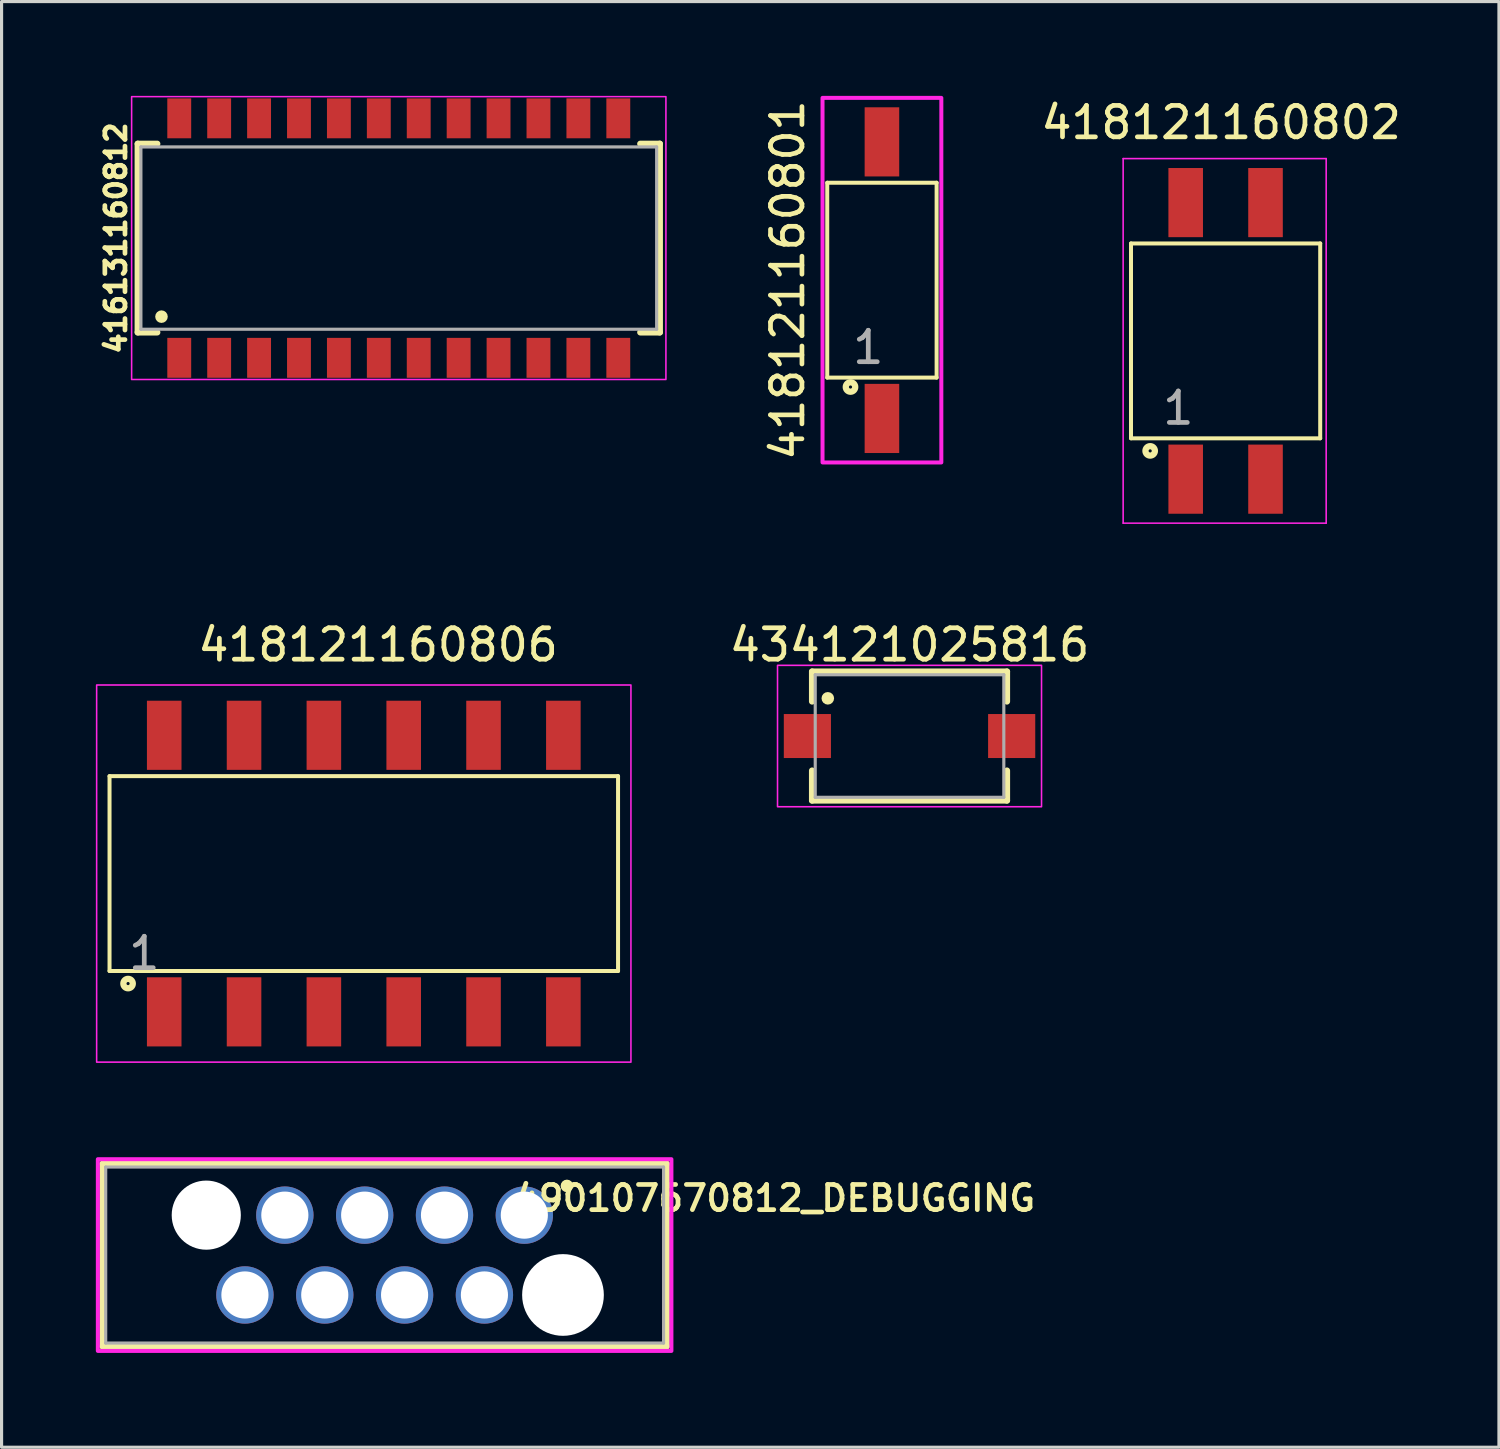
<source format=kicad_pcb>
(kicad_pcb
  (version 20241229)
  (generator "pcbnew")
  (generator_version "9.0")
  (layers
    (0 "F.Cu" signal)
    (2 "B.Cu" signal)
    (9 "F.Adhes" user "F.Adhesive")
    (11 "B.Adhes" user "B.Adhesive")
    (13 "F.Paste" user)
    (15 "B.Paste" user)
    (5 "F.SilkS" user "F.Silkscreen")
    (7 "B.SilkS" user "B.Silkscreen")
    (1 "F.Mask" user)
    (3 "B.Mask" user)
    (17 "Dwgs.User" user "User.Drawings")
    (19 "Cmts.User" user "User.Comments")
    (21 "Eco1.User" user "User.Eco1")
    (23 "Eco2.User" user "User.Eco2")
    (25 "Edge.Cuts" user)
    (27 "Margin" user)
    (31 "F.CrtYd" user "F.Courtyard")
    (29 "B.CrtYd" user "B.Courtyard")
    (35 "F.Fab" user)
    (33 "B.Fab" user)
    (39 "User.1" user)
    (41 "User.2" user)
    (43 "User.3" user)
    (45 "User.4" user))
  (footprint "418121160806"
    (layer "F.Cu")
    (at 8.525 24.745)
    (property "Reference" "418121160806" (at 0.453 -7.276 0) (layer "F.SilkS") (effects (font (size 1 1) (thickness 0.15))))
    (attr through_hole)
    (fp_line (start -8.09 -3.1) (end -8.09 3.1) (stroke (width 0.127) (type solid)) (layer "F.SilkS"))
    (fp_line (start -8.09 3.1) (end 8.09 3.1) (stroke (width 0.127) (type solid)) (layer "F.SilkS"))
    (fp_line (start 8.09 -3.1) (end -8.09 -3.1) (stroke (width 0.127) (type solid)) (layer "F.SilkS"))
    (fp_line (start 8.09 3.1) (end 8.09 -3.1) (stroke (width 0.127) (type solid)) (layer "F.SilkS"))
    (fp_circle (center -7.5 3.5) (end -7.45 3.5) (stroke (width 0.2) (type solid)) (fill no) (layer "F.SilkS"))
    (fp_rect (start -8.5 -6) (end 8.5 6) (stroke (width 0.05) (type solid)) (fill no) (layer "F.CrtYd"))
    (fp_text user "1" (at -6.985 2.54 0) (layer "F.Fab") (effects (font (size 1 1) (thickness 0.15))))
    (pad "1" smd rect (at -6.35 4.4) (size 1.1 2.2) (layers "F.Cu" "F.Mask" "F.Paste"))
    (pad "2" smd rect (at -3.81 4.4) (size 1.1 2.2) (layers "F.Cu" "F.Mask" "F.Paste"))
    (pad "3" smd rect (at -1.27 4.4) (size 1.1 2.2) (layers "F.Cu" "F.Mask" "F.Paste"))
    (pad "4" smd rect (at 1.27 4.4) (size 1.1 2.2) (layers "F.Cu" "F.Mask" "F.Paste"))
    (pad "5" smd rect (at 3.81 4.4) (size 1.1 2.2) (layers "F.Cu" "F.Mask" "F.Paste"))
    (pad "6" smd rect (at 6.35 4.4) (size 1.1 2.2) (layers "F.Cu" "F.Mask" "F.Paste"))
    (pad "A1" smd rect (at -6.35 -4.4) (size 1.1 2.2) (layers "F.Cu" "F.Mask" "F.Paste"))
    (pad "A2" smd rect (at -3.81 -4.4) (size 1.1 2.2) (layers "F.Cu" "F.Mask" "F.Paste"))
    (pad "A3" smd rect (at -1.27 -4.4) (size 1.1 2.2) (layers "F.Cu" "F.Mask" "F.Paste"))
    (pad "A4" smd rect (at 1.27 -4.4) (size 1.1 2.2) (layers "F.Cu" "F.Mask" "F.Paste"))
    (pad "A5" smd rect (at 3.81 -4.4) (size 1.1 2.2) (layers "F.Cu" "F.Mask" "F.Paste"))
    (pad "A6" smd rect (at 6.35 -4.4) (size 1.1 2.2) (layers "F.Cu" "F.Mask" "F.Paste")))
  (footprint "434121025816"
    (layer "F.Cu")
    (at 25.889 20.369)
    (property "Reference" "434121025816" (at 0 -2.9 0) (layer "F.SilkS") (effects (font (size 1 1) (thickness 0.15))))
    (attr smd)
    (fp_line (start -3.1 -2.05) (end 3.1 -2.05) (stroke (width 0.2) (type solid)) (layer "F.SilkS"))
    (fp_line (start -3.1 -1.1) (end -3.1 -2.05) (stroke (width 0.2) (type solid)) (layer "F.SilkS"))
    (fp_line (start -3.1 1.1) (end -3.1 2.05) (stroke (width 0.2) (type solid)) (layer "F.SilkS"))
    (fp_line (start -3.1 2.05) (end 3.1 2.05) (stroke (width 0.2) (type solid)) (layer "F.SilkS"))
    (fp_line (start 3.1 -2.05) (end 3.1 -1.1) (stroke (width 0.2) (type solid)) (layer "F.SilkS"))
    (fp_line (start 3.1 2.05) (end 3.1 1.1) (stroke (width 0.2) (type solid)) (layer "F.SilkS"))
    (fp_circle (center -2.6 -1.2) (end -2.5 -1.2) (stroke (width 0.2) (type solid)) (fill no) (layer "F.SilkS"))
    (fp_rect (start -4.2 -2.25) (end 4.2 2.25) (stroke (width 0.05) (type solid)) (fill no) (layer "F.CrtYd"))
    (fp_line (start -3 -1.95) (end -3 1.95) (stroke (width 0.1) (type solid)) (layer "F.Fab"))
    (fp_line (start -3 1.95) (end 3 1.95) (stroke (width 0.1) (type solid)) (layer "F.Fab"))
    (fp_line (start 3 -1.95) (end -3 -1.95) (stroke (width 0.1) (type solid)) (layer "F.Fab"))
    (fp_line (start 3 1.95) (end 3 -1.95) (stroke (width 0.1) (type solid)) (layer "F.Fab"))
    (pad "1" smd rect (at -3.25 0) (size 1.5 1.4) (layers "F.Cu" "F.Mask" "F.Paste"))
    (pad "2" smd rect (at 3.25 0) (size 1.5 1.4) (layers "F.Cu" "F.Mask" "F.Paste")))
  (footprint "490107670812_DEBUGGING"
    (layer "F.Cu")
    (at 9.188 36.883)
    (property "Reference" "490107670812_DEBUGGING" (at 12.42 -1.808 0) (layer "F.SilkS") (effects (font (size 0.8 0.8) (thickness 0.15))))
    (attr through_hole)
    (fp_line (start -8.975 -2.9) (end 8.975 -2.9) (stroke (width 0.2) (type solid)) (layer "F.SilkS"))
    (fp_line (start -8.975 2.9) (end -8.975 -2.9) (stroke (width 0.2) (type solid)) (layer "F.SilkS"))
    (fp_line (start 8.975 -2.9) (end 8.975 2.9) (stroke (width 0.2) (type solid)) (layer "F.SilkS"))
    (fp_line (start 8.975 2.9) (end -8.975 2.9) (stroke (width 0.2) (type solid)) (layer "F.SilkS"))
    (fp_circle (center 5.8 -2.2) (end 5.9 -2.2) (stroke (width 0.2) (type solid)) (fill no) (layer "F.SilkS"))
    (fp_poly (pts (xy -9.125 -3.05) (xy 9.125 -3.05) (xy 9.125 3.05) (xy -9.125 3.05)) (stroke (width 0.127) (type solid)) (fill no) (layer "F.CrtYd"))
    (fp_line (start -8.875 -2.8) (end 8.875 -2.8) (stroke (width 0.1) (type solid)) (layer "F.Fab"))
    (fp_line (start -8.875 2.8) (end -8.875 -2.8) (stroke (width 0.1) (type solid)) (layer "F.Fab"))
    (fp_line (start 8.875 -2.8) (end 8.875 2.8) (stroke (width 0.1) (type solid)) (layer "F.Fab"))
    (fp_line (start 8.875 2.8) (end -8.875 2.8) (stroke (width 0.1) (type solid)) (layer "F.Fab"))
    (pad "" np_thru_hole circle (at -5.675 -1.27) (size 2.2 2.2) (drill 2.2) (layers "*.Cu" "*.Mask"))
    (pad "" np_thru_hole circle (at 5.675 1.27) (size 2.6 2.6) (drill 2.6) (layers "*.Cu" "*.Mask"))
    (pad "1" thru_hole circle (at 4.445 -1.27) (size 1.825 1.825) (drill 1.5) (layers "*.Cu" "*.Mask"))
    (pad "2" thru_hole circle (at 3.175 1.27) (size 1.825 1.825) (drill 1.5) (layers "*.Cu" "*.Mask"))
    (pad "3" thru_hole circle (at 1.905 -1.27) (size 1.825 1.825) (drill 1.5) (layers "*.Cu" "*.Mask"))
    (pad "4" thru_hole circle (at 0.635 1.27) (size 1.825 1.825) (drill 1.5) (layers "*.Cu" "*.Mask"))
    (pad "5" thru_hole circle (at -0.635 -1.27) (size 1.825 1.825) (drill 1.5) (layers "*.Cu" "*.Mask"))
    (pad "6" thru_hole circle (at -1.905 1.27) (size 1.825 1.825) (drill 1.5) (layers "*.Cu" "*.Mask"))
    (pad "7" thru_hole circle (at -3.175 -1.27) (size 1.825 1.825) (drill 1.5) (layers "*.Cu" "*.Mask"))
    (pad "8" thru_hole circle (at -4.445 1.27) (size 1.825 1.825) (drill 1.5) (layers "*.Cu" "*.Mask")))
  (footprint "418121160801"
    (layer "F.Cu")
    (at 25.011 5.864)
    (property "Reference" "418121160801" (at -3 0 90) (layer "F.SilkS") (effects (font (size 1 1) (thickness 0.15))))
    (attr smd)
    (fp_line (start -1.74 -3.1) (end -1.74 3.1) (stroke (width 0.127) (type solid)) (layer "F.SilkS"))
    (fp_line (start -1.74 3.1) (end 1.74 3.1) (stroke (width 0.127) (type solid)) (layer "F.SilkS"))
    (fp_line (start 1.74 -3.1) (end -1.74 -3.1) (stroke (width 0.127) (type solid)) (layer "F.SilkS"))
    (fp_line (start 1.74 3.1) (end 1.74 -3.1) (stroke (width 0.127) (type solid)) (layer "F.SilkS"))
    (fp_circle (center -1 3.4) (end -0.95 3.4) (stroke (width 0.2) (type solid)) (fill no) (layer "F.SilkS"))
    (fp_poly (pts (xy -1.89 -5.8) (xy 1.89 -5.8) (xy 1.89 5.8) (xy -1.89 5.8)) (stroke (width 0.127) (type solid)) (fill no) (layer "F.CrtYd"))
    (fp_text user "1" (at -0.435 2.14 0) (layer "F.Fab") (effects (font (size 1 1) (thickness 0.15))))
    (pad "1" smd rect (at 0 4.4) (size 1.1 2.2) (layers "F.Cu" "F.Mask" "F.Paste"))
    (pad "A1" smd rect (at 0 -4.4) (size 1.1 2.2) (layers "F.Cu" "F.Mask" "F.Paste")))
  (footprint "418121160802"
    (layer "F.Cu")
    (at 35.946 7.796)
    (property "Reference" "418121160802" (at -0.142 -6.947 0) (layer "F.SilkS") (effects (font (size 1 1) (thickness 0.15))))
    (attr through_hole)
    (fp_line (start -3.01 -3.1) (end -3.01 3.1) (stroke (width 0.127) (type solid)) (layer "F.SilkS"))
    (fp_line (start -3.01 3.1) (end 3.01 3.1) (stroke (width 0.127) (type solid)) (layer "F.SilkS"))
    (fp_line (start 3.01 -3.1) (end -3.01 -3.1) (stroke (width 0.127) (type solid)) (layer "F.SilkS"))
    (fp_line (start 3.01 3.1) (end 3.01 -3.1) (stroke (width 0.127) (type solid)) (layer "F.SilkS"))
    (fp_circle (center -2.4 3.5) (end -2.35 3.5) (stroke (width 0.2) (type solid)) (fill no) (layer "F.SilkS"))
    (fp_line (start -3.26 -5.8) (end 3.2 -5.8) (stroke (width 0.05) (type solid)) (layer "F.CrtYd"))
    (fp_line (start -3.26 5.8) (end -3.26 -5.8) (stroke (width 0.05) (type solid)) (layer "F.CrtYd"))
    (fp_line (start 3.2 -5.8) (end 3.2 5.8) (stroke (width 0.05) (type solid)) (layer "F.CrtYd"))
    (fp_line (start 3.2 5.8) (end -3.26 5.8) (stroke (width 0.05) (type solid)) (layer "F.CrtYd"))
    (fp_text user "1" (at -1.505 2.14 0) (layer "F.Fab") (effects (font (size 1 1) (thickness 0.15))))
    (pad "1" smd rect (at -1.27 4.4) (size 1.1 2.2) (layers "F.Cu" "F.Mask" "F.Paste"))
    (pad "2" smd rect (at 1.27 4.4) (size 1.1 2.2) (layers "F.Cu" "F.Mask" "F.Paste"))
    (pad "A1" smd rect (at -1.27 -4.4) (size 1.1 2.2) (layers "F.Cu" "F.Mask" "F.Paste"))
    (pad "A2" smd rect (at 1.27 -4.4) (size 1.1 2.2) (layers "F.Cu" "F.Mask" "F.Paste")))
  (footprint "416131160812"
    (layer "F.Cu")
    (at 9.638 4.525)
    (property "Reference" "416131160812" (at -9 0 90) (layer "F.SilkS") (effects (font (size 0.64 0.64) (thickness 0.15))))
    (attr through_hole)
    (fp_line (start -8.305 -3) (end -8.305 3) (stroke (width 0.2) (type solid)) (layer "F.SilkS"))
    (fp_line (start -8.305 3) (end -7.685 3) (stroke (width 0.2) (type solid)) (layer "F.SilkS"))
    (fp_line (start -7.685 -3) (end -8.305 -3) (stroke (width 0.2) (type solid)) (layer "F.SilkS"))
    (fp_line (start 7.685 -3) (end 8.305 -3) (stroke (width 0.2) (type solid)) (layer "F.SilkS"))
    (fp_line (start 8.305 -3) (end 8.305 3) (stroke (width 0.2) (type solid)) (layer "F.SilkS"))
    (fp_line (start 8.305 3) (end 7.685 3) (stroke (width 0.2) (type solid)) (layer "F.SilkS"))
    (fp_circle (center -7.55 2.5) (end -7.45 2.5) (stroke (width 0.2) (type solid)) (fill no) (layer "F.SilkS"))
    (fp_rect (start -8.5 -4.5) (end 8.5 4.5) (stroke (width 0.05) (type solid)) (fill no) (layer "F.CrtYd"))
    (fp_line (start -8.205 -2.9) (end -8.205 2.9) (stroke (width 0.1) (type solid)) (layer "F.Fab"))
    (fp_line (start -8.205 -2.9) (end 8.205 -2.9) (stroke (width 0.1) (type solid)) (layer "F.Fab"))
    (fp_line (start -8.205 2.9) (end 8.205 2.9) (stroke (width 0.1) (type solid)) (layer "F.Fab"))
    (fp_line (start 8.205 -2.9) (end 8.205 2.9) (stroke (width 0.1) (type solid)) (layer "F.Fab"))
    (pad "1" smd rect (at -6.985 3.81) (size 0.76 1.27) (layers "F.Cu" "F.Mask" "F.Paste"))
    (pad "2" smd rect (at -5.715 3.81) (size 0.76 1.27) (layers "F.Cu" "F.Mask" "F.Paste"))
    (pad "3" smd rect (at -4.445 3.81) (size 0.76 1.27) (layers "F.Cu" "F.Mask" "F.Paste"))
    (pad "4" smd rect (at -3.175 3.81) (size 0.76 1.27) (layers "F.Cu" "F.Mask" "F.Paste"))
    (pad "5" smd rect (at -1.905 3.81) (size 0.76 1.27) (layers "F.Cu" "F.Mask" "F.Paste"))
    (pad "6" smd rect (at -0.635 3.81) (size 0.76 1.27) (layers "F.Cu" "F.Mask" "F.Paste"))
    (pad "7" smd rect (at 0.635 3.81) (size 0.76 1.27) (layers "F.Cu" "F.Mask" "F.Paste"))
    (pad "8" smd rect (at 1.905 3.81) (size 0.76 1.27) (layers "F.Cu" "F.Mask" "F.Paste"))
    (pad "9" smd rect (at 3.175 3.81) (size 0.76 1.27) (layers "F.Cu" "F.Mask" "F.Paste"))
    (pad "10" smd rect (at 4.445 3.81) (size 0.76 1.27) (layers "F.Cu" "F.Mask" "F.Paste"))
    (pad "11" smd rect (at 5.715 3.81) (size 0.76 1.27) (layers "F.Cu" "F.Mask" "F.Paste"))
    (pad "12" smd rect (at 6.985 3.81) (size 0.76 1.27) (layers "F.Cu" "F.Mask" "F.Paste"))
    (pad "A1" smd rect (at -6.985 -3.81) (size 0.76 1.27) (layers "F.Cu" "F.Mask" "F.Paste"))
    (pad "A2" smd rect (at -5.715 -3.81) (size 0.76 1.27) (layers "F.Cu" "F.Mask" "F.Paste"))
    (pad "A3" smd rect (at -4.445 -3.81) (size 0.76 1.27) (layers "F.Cu" "F.Mask" "F.Paste"))
    (pad "A4" smd rect (at -3.175 -3.81) (size 0.76 1.27) (layers "F.Cu" "F.Mask" "F.Paste"))
    (pad "A5" smd rect (at -1.905 -3.81) (size 0.76 1.27) (layers "F.Cu" "F.Mask" "F.Paste"))
    (pad "A6" smd rect (at -0.635 -3.81) (size 0.76 1.27) (layers "F.Cu" "F.Mask" "F.Paste"))
    (pad "A7" smd rect (at 0.635 -3.81) (size 0.76 1.27) (layers "F.Cu" "F.Mask" "F.Paste"))
    (pad "A8" smd rect (at 1.905 -3.81) (size 0.76 1.27) (layers "F.Cu" "F.Mask" "F.Paste"))
    (pad "A9" smd rect (at 3.175 -3.81) (size 0.76 1.27) (layers "F.Cu" "F.Mask" "F.Paste"))
    (pad "A10" smd rect (at 4.445 -3.81) (size 0.76 1.27) (layers "F.Cu" "F.Mask" "F.Paste"))
    (pad "A11" smd rect (at 5.715 -3.81) (size 0.76 1.27) (layers "F.Cu" "F.Mask" "F.Paste"))
    (pad "A12" smd rect (at 6.985 -3.81) (size 0.76 1.27) (layers "F.Cu" "F.Mask" "F.Paste")))
  (gr_rect
    (start -3 -3)
    (end 44.643 42.997)
    (stroke (width 0.1) (type default))
    (fill no)
    (layer "Edge.Cuts")))
</source>
